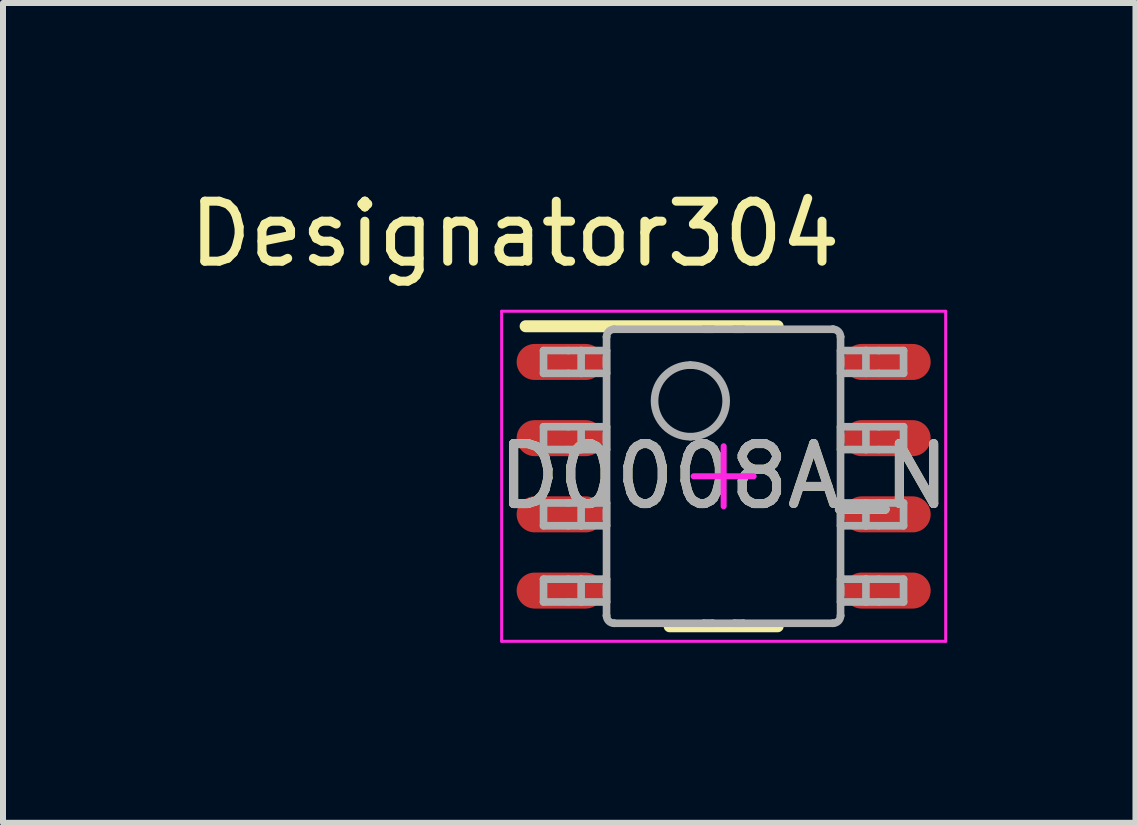
<source format=kicad_pcb>
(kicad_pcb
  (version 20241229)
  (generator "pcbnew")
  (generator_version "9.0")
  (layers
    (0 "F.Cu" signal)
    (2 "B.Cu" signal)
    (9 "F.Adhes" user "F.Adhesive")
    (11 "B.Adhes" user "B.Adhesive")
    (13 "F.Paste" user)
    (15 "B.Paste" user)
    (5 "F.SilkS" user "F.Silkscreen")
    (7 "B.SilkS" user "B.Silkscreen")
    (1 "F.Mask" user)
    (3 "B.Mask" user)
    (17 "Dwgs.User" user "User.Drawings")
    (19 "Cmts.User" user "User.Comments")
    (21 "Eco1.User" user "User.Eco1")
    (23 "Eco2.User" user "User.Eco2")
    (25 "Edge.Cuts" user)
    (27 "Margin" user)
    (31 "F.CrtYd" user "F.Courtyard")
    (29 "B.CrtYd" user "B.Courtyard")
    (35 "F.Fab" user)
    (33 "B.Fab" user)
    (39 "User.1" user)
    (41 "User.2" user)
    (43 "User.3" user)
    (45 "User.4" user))
  (footprint "D0008A_N"
    (layer "F.Cu")
    (at 9.01 4.887)
    (property "Reference" "D0008A_N" (at 0 0 0) (unlocked yes) (layer "F.SilkS") (effects (font (size 1 1) (thickness 0.15))))
    (attr smd)
    (fp_line (start -3.3 -2.5) (end 0.9 -2.5) (stroke (width 0.2) (type solid)) (layer "F.SilkS"))
    (fp_line (start -0.9 2.5) (end 0.9 2.5) (stroke (width 0.2) (type solid)) (layer "F.SilkS"))
    (fp_line (start -3.7 -2.75) (end 3.7 -2.75) (stroke (width 0.05) (type solid)) (layer "F.CrtYd"))
    (fp_line (start -3.7 2.75) (end -3.7 -2.75) (stroke (width 0.05) (type solid)) (layer "F.CrtYd"))
    (fp_line (start -3.7 2.75) (end 3.7 2.75) (stroke (width 0.05) (type solid)) (layer "F.CrtYd"))
    (fp_line (start -0.5 0) (end 0.5 0) (stroke (width 0.1) (type solid)) (layer "F.CrtYd"))
    (fp_line (start 0 0.5) (end 0 -0.5) (stroke (width 0.1) (type solid)) (layer "F.CrtYd"))
    (fp_line (start 3.7 2.75) (end 3.7 -2.75) (stroke (width 0.05) (type solid)) (layer "F.CrtYd"))
    (fp_line (start -3.002 -2.095) (end -2.589 -2.095) (stroke (width 0.127) (type solid)) (layer "F.Fab"))
    (fp_line (start -3.002 -1.715) (end -3.002 -2.095) (stroke (width 0.127) (type solid)) (layer "F.Fab"))
    (fp_line (start -3.002 -1.715) (end -2.589 -1.715) (stroke (width 0.127) (type solid)) (layer "F.Fab"))
    (fp_line (start -3.002 -0.825) (end -2.589 -0.825) (stroke (width 0.127) (type solid)) (layer "F.Fab"))
    (fp_line (start -3.002 -0.445) (end -3.002 -0.825) (stroke (width 0.127) (type solid)) (layer "F.Fab"))
    (fp_line (start -3.002 -0.445) (end -2.589 -0.445) (stroke (width 0.127) (type solid)) (layer "F.Fab"))
    (fp_line (start -3.002 0.445) (end -2.589 0.445) (stroke (width 0.127) (type solid)) (layer "F.Fab"))
    (fp_line (start -3.002 0.825) (end -3.002 0.445) (stroke (width 0.127) (type solid)) (layer "F.Fab"))
    (fp_line (start -3.002 0.825) (end -2.589 0.825) (stroke (width 0.127) (type solid)) (layer "F.Fab"))
    (fp_line (start -3.002 1.715) (end -2.589 1.715) (stroke (width 0.127) (type solid)) (layer "F.Fab"))
    (fp_line (start -3.002 2.095) (end -3.002 1.715) (stroke (width 0.127) (type solid)) (layer "F.Fab"))
    (fp_line (start -3.002 2.095) (end -2.589 2.095) (stroke (width 0.127) (type solid)) (layer "F.Fab"))
    (fp_line (start -2.589 -2.095) (end -2.375 -2.095) (stroke (width 0.127) (type solid)) (layer "F.Fab"))
    (fp_line (start -2.589 -1.715) (end -2.375 -1.715) (stroke (width 0.127) (type solid)) (layer "F.Fab"))
    (fp_line (start -2.589 -0.825) (end -2.375 -0.825) (stroke (width 0.127) (type solid)) (layer "F.Fab"))
    (fp_line (start -2.589 -0.445) (end -2.375 -0.445) (stroke (width 0.127) (type solid)) (layer "F.Fab"))
    (fp_line (start -2.589 0.445) (end -2.375 0.445) (stroke (width 0.127) (type solid)) (layer "F.Fab"))
    (fp_line (start -2.589 0.825) (end -2.375 0.825) (stroke (width 0.127) (type solid)) (layer "F.Fab"))
    (fp_line (start -2.589 1.715) (end -2.375 1.715) (stroke (width 0.127) (type solid)) (layer "F.Fab"))
    (fp_line (start -2.589 2.095) (end -2.375 2.095) (stroke (width 0.127) (type solid)) (layer "F.Fab"))
    (fp_line (start -2.375 -2.095) (end -1.995 -2.095) (stroke (width 0.127) (type solid)) (layer "F.Fab"))
    (fp_line (start -2.375 -1.715) (end -2.375 -2.095) (stroke (width 0.127) (type solid)) (layer "F.Fab"))
    (fp_line (start -2.375 -1.715) (end -1.995 -1.715) (stroke (width 0.127) (type solid)) (layer "F.Fab"))
    (fp_line (start -2.375 -0.825) (end -1.995 -0.825) (stroke (width 0.127) (type solid)) (layer "F.Fab"))
    (fp_line (start -2.375 -0.445) (end -2.375 -0.825) (stroke (width 0.127) (type solid)) (layer "F.Fab"))
    (fp_line (start -2.375 -0.445) (end -1.995 -0.445) (stroke (width 0.127) (type solid)) (layer "F.Fab"))
    (fp_line (start -2.375 0.445) (end -1.995 0.445) (stroke (width 0.127) (type solid)) (layer "F.Fab"))
    (fp_line (start -2.375 0.825) (end -2.375 0.445) (stroke (width 0.127) (type solid)) (layer "F.Fab"))
    (fp_line (start -2.375 0.825) (end -1.995 0.825) (stroke (width 0.127) (type solid)) (layer "F.Fab"))
    (fp_line (start -2.375 1.715) (end -1.995 1.715) (stroke (width 0.127) (type solid)) (layer "F.Fab"))
    (fp_line (start -2.375 2.095) (end -2.375 1.715) (stroke (width 0.127) (type solid)) (layer "F.Fab"))
    (fp_line (start -2.375 2.095) (end -1.995 2.095) (stroke (width 0.127) (type solid)) (layer "F.Fab"))
    (fp_line (start -1.995 -2.095) (end -1.952 -2.095) (stroke (width 0.127) (type solid)) (layer "F.Fab"))
    (fp_line (start -1.995 -1.715) (end -1.952 -1.715) (stroke (width 0.127) (type solid)) (layer "F.Fab"))
    (fp_line (start -1.995 -0.825) (end -1.952 -0.825) (stroke (width 0.127) (type solid)) (layer "F.Fab"))
    (fp_line (start -1.995 -0.445) (end -1.952 -0.445) (stroke (width 0.127) (type solid)) (layer "F.Fab"))
    (fp_line (start -1.995 0.445) (end -1.952 0.445) (stroke (width 0.127) (type solid)) (layer "F.Fab"))
    (fp_line (start -1.995 0.825) (end -1.952 0.825) (stroke (width 0.127) (type solid)) (layer "F.Fab"))
    (fp_line (start -1.995 1.715) (end -1.952 1.715) (stroke (width 0.127) (type solid)) (layer "F.Fab"))
    (fp_line (start -1.995 2.095) (end -1.952 2.095) (stroke (width 0.127) (type solid)) (layer "F.Fab"))
    (fp_line (start -1.952 -2.323) (end -1.952 -2.324) (stroke (width 0.127) (type solid)) (layer "F.Fab"))
    (fp_line (start -1.952 -1.715) (end -1.952 -2.095) (stroke (width 0.127) (type solid)) (layer "F.Fab"))
    (fp_line (start -1.952 -0.445) (end -1.952 -0.825) (stroke (width 0.127) (type solid)) (layer "F.Fab"))
    (fp_line (start -1.952 0.825) (end -1.952 0.445) (stroke (width 0.127) (type solid)) (layer "F.Fab"))
    (fp_line (start -1.952 2.095) (end -1.952 1.715) (stroke (width 0.127) (type solid)) (layer "F.Fab"))
    (fp_line (start -1.952 2.323) (end -1.952 -2.323) (stroke (width 0.127) (type solid)) (layer "F.Fab"))
    (fp_line (start -1.952 2.324) (end -1.952 2.323) (stroke (width 0.127) (type solid)) (layer "F.Fab"))
    (fp_line (start -1.826 -2.45) (end -1.825 -2.45) (stroke (width 0.127) (type solid)) (layer "F.Fab"))
    (fp_line (start -1.826 2.45) (end -1.825 2.45) (stroke (width 0.127) (type solid)) (layer "F.Fab"))
    (fp_line (start -1.825 -2.45) (end -0.332 -2.45) (stroke (width 0.127) (type solid)) (layer "F.Fab"))
    (fp_line (start -1.825 2.45) (end -0.332 2.45) (stroke (width 0.127) (type solid)) (layer "F.Fab"))
    (fp_line (start -0.332 -2.45) (end -0.182 -2.45) (stroke (width 0.127) (type solid)) (layer "F.Fab"))
    (fp_line (start -0.332 -2.45) (end -0.182 -2.45) (stroke (width 0.127) (type solid)) (layer "F.Fab"))
    (fp_line (start -0.332 2.45) (end -0.182 2.45) (stroke (width 0.127) (type solid)) (layer "F.Fab"))
    (fp_line (start -0.332 2.45) (end -0.182 2.45) (stroke (width 0.127) (type solid)) (layer "F.Fab"))
    (fp_line (start -0.182 -2.45) (end 0.178 -2.45) (stroke (width 0.127) (type solid)) (layer "F.Fab"))
    (fp_line (start -0.182 2.45) (end 0.178 2.45) (stroke (width 0.127) (type solid)) (layer "F.Fab"))
    (fp_line (start 0.178 -2.45) (end 0.328 -2.45) (stroke (width 0.127) (type solid)) (layer "F.Fab"))
    (fp_line (start 0.178 -2.45) (end 0.328 -2.45) (stroke (width 0.127) (type solid)) (layer "F.Fab"))
    (fp_line (start 0.178 2.45) (end 0.328 2.45) (stroke (width 0.127) (type solid)) (layer "F.Fab"))
    (fp_line (start 0.178 2.45) (end 0.328 2.45) (stroke (width 0.127) (type solid)) (layer "F.Fab"))
    (fp_line (start 0.328 -2.45) (end 1.821 -2.45) (stroke (width 0.127) (type solid)) (layer "F.Fab"))
    (fp_line (start 0.328 2.45) (end 1.821 2.45) (stroke (width 0.127) (type solid)) (layer "F.Fab"))
    (fp_line (start 1.821 -2.45) (end 1.822 -2.45) (stroke (width 0.127) (type solid)) (layer "F.Fab"))
    (fp_line (start 1.821 2.45) (end 1.822 2.45) (stroke (width 0.127) (type solid)) (layer "F.Fab"))
    (fp_line (start 1.948 -2.323) (end 1.948 -2.324) (stroke (width 0.127) (type solid)) (layer "F.Fab"))
    (fp_line (start 1.948 -2.095) (end 1.991 -2.095) (stroke (width 0.127) (type solid)) (layer "F.Fab"))
    (fp_line (start 1.948 -1.715) (end 1.948 -2.095) (stroke (width 0.127) (type solid)) (layer "F.Fab"))
    (fp_line (start 1.948 -1.715) (end 1.991 -1.715) (stroke (width 0.127) (type solid)) (layer "F.Fab"))
    (fp_line (start 1.948 -0.825) (end 1.991 -0.825) (stroke (width 0.127) (type solid)) (layer "F.Fab"))
    (fp_line (start 1.948 -0.445) (end 1.948 -0.825) (stroke (width 0.127) (type solid)) (layer "F.Fab"))
    (fp_line (start 1.948 -0.445) (end 1.991 -0.445) (stroke (width 0.127) (type solid)) (layer "F.Fab"))
    (fp_line (start 1.948 0.445) (end 1.991 0.445) (stroke (width 0.127) (type solid)) (layer "F.Fab"))
    (fp_line (start 1.948 0.825) (end 1.948 0.445) (stroke (width 0.127) (type solid)) (layer "F.Fab"))
    (fp_line (start 1.948 0.825) (end 1.991 0.825) (stroke (width 0.127) (type solid)) (layer "F.Fab"))
    (fp_line (start 1.948 1.715) (end 1.991 1.715) (stroke (width 0.127) (type solid)) (layer "F.Fab"))
    (fp_line (start 1.948 2.095) (end 1.948 1.715) (stroke (width 0.127) (type solid)) (layer "F.Fab"))
    (fp_line (start 1.948 2.095) (end 1.991 2.095) (stroke (width 0.127) (type solid)) (layer "F.Fab"))
    (fp_line (start 1.948 2.323) (end 1.948 -2.323) (stroke (width 0.127) (type solid)) (layer "F.Fab"))
    (fp_line (start 1.948 2.324) (end 1.948 2.323) (stroke (width 0.127) (type solid)) (layer "F.Fab"))
    (fp_line (start 1.991 -2.095) (end 2.371 -2.095) (stroke (width 0.127) (type solid)) (layer "F.Fab"))
    (fp_line (start 1.991 -1.715) (end 2.371 -1.715) (stroke (width 0.127) (type solid)) (layer "F.Fab"))
    (fp_line (start 1.991 -0.825) (end 2.371 -0.825) (stroke (width 0.127) (type solid)) (layer "F.Fab"))
    (fp_line (start 1.991 -0.445) (end 2.371 -0.445) (stroke (width 0.127) (type solid)) (layer "F.Fab"))
    (fp_line (start 1.991 0.445) (end 2.371 0.445) (stroke (width 0.127) (type solid)) (layer "F.Fab"))
    (fp_line (start 1.991 0.825) (end 2.371 0.825) (stroke (width 0.127) (type solid)) (layer "F.Fab"))
    (fp_line (start 1.991 1.715) (end 2.371 1.715) (stroke (width 0.127) (type solid)) (layer "F.Fab"))
    (fp_line (start 1.991 2.095) (end 2.371 2.095) (stroke (width 0.127) (type solid)) (layer "F.Fab"))
    (fp_line (start 2.371 -2.095) (end 2.585 -2.095) (stroke (width 0.127) (type solid)) (layer "F.Fab"))
    (fp_line (start 2.371 -1.715) (end 2.371 -2.095) (stroke (width 0.127) (type solid)) (layer "F.Fab"))
    (fp_line (start 2.371 -1.715) (end 2.585 -1.715) (stroke (width 0.127) (type solid)) (layer "F.Fab"))
    (fp_line (start 2.371 -0.825) (end 2.585 -0.825) (stroke (width 0.127) (type solid)) (layer "F.Fab"))
    (fp_line (start 2.371 -0.445) (end 2.371 -0.825) (stroke (width 0.127) (type solid)) (layer "F.Fab"))
    (fp_line (start 2.371 -0.445) (end 2.585 -0.445) (stroke (width 0.127) (type solid)) (layer "F.Fab"))
    (fp_line (start 2.371 0.445) (end 2.585 0.445) (stroke (width 0.127) (type solid)) (layer "F.Fab"))
    (fp_line (start 2.371 0.825) (end 2.371 0.445) (stroke (width 0.127) (type solid)) (layer "F.Fab"))
    (fp_line (start 2.371 0.825) (end 2.585 0.825) (stroke (width 0.127) (type solid)) (layer "F.Fab"))
    (fp_line (start 2.371 1.715) (end 2.585 1.715) (stroke (width 0.127) (type solid)) (layer "F.Fab"))
    (fp_line (start 2.371 2.095) (end 2.371 1.715) (stroke (width 0.127) (type solid)) (layer "F.Fab"))
    (fp_line (start 2.371 2.095) (end 2.585 2.095) (stroke (width 0.127) (type solid)) (layer "F.Fab"))
    (fp_line (start 2.585 -2.095) (end 2.998 -2.095) (stroke (width 0.127) (type solid)) (layer "F.Fab"))
    (fp_line (start 2.585 -1.715) (end 2.998 -1.715) (stroke (width 0.127) (type solid)) (layer "F.Fab"))
    (fp_line (start 2.585 -0.825) (end 2.998 -0.825) (stroke (width 0.127) (type solid)) (layer "F.Fab"))
    (fp_line (start 2.585 -0.445) (end 2.998 -0.445) (stroke (width 0.127) (type solid)) (layer "F.Fab"))
    (fp_line (start 2.585 0.445) (end 2.998 0.445) (stroke (width 0.127) (type solid)) (layer "F.Fab"))
    (fp_line (start 2.585 0.825) (end 2.998 0.825) (stroke (width 0.127) (type solid)) (layer "F.Fab"))
    (fp_line (start 2.585 1.715) (end 2.998 1.715) (stroke (width 0.127) (type solid)) (layer "F.Fab"))
    (fp_line (start 2.585 2.095) (end 2.998 2.095) (stroke (width 0.127) (type solid)) (layer "F.Fab"))
    (fp_line (start 2.998 -1.715) (end 2.998 -2.095) (stroke (width 0.127) (type solid)) (layer "F.Fab"))
    (fp_line (start 2.998 -0.445) (end 2.998 -0.825) (stroke (width 0.127) (type solid)) (layer "F.Fab"))
    (fp_line (start 2.998 0.825) (end 2.998 0.445) (stroke (width 0.127) (type solid)) (layer "F.Fab"))
    (fp_line (start 2.998 2.095) (end 2.998 1.715) (stroke (width 0.127) (type solid)) (layer "F.Fab"))
    (fp_arc (start -1.952002 -2.323941) (mid -1.914806 -2.412806) (end -1.825941 -2.450002) (stroke (width 0.127) (type solid)) (layer "F.Fab"))
    (fp_arc (start -1.825941 2.449992) (mid -1.914806 2.412795) (end -1.952002 2.323931) (stroke (width 0.127) (type solid)) (layer "F.Fab"))
    (fp_arc (start -0.555 -1.8531) (mid 0.0419 -1.2562) (end -0.555 -0.6593) (stroke (width 0.127) (type solid)) (layer "F.Fab"))
    (fp_arc (start -0.555 -0.6593) (mid -1.1519 -1.2562) (end -0.555 -1.8531) (stroke (width 0.127) (type solid)) (layer "F.Fab"))
    (fp_arc (start 1.821933 -2.450002) (mid 1.910797 -2.412806) (end 1.947994 -2.323941) (stroke (width 0.127) (type solid)) (layer "F.Fab"))
    (fp_arc (start 1.947994 2.323931) (mid 1.910797 2.412795) (end 1.821933 2.449992) (stroke (width 0.127) (type solid)) (layer "F.Fab"))
    (fp_text user "Designator304" (at -3.48 -4.039 0) (unlocked yes) (layer "F.SilkS") (effects (font (size 1 1) (thickness 0.15))))
    (fp_text user "${REFERENCE}" (at 0 0 0) (unlocked yes) (layer "F.Fab") (effects (font (size 1 1) (thickness 0.15))))
    (pad "1" smd oval (at -2.725 -1.905 90) (size 0.6 1.45) (layers "F.Cu" "F.Mask" "F.Paste"))
    (pad "2" smd oval (at -2.725 -0.635 90) (size 0.6 1.45) (layers "F.Cu" "F.Mask" "F.Paste"))
    (pad "3" smd oval (at -2.725 0.635 90) (size 0.6 1.45) (layers "F.Cu" "F.Mask" "F.Paste"))
    (pad "4" smd oval (at -2.725 1.905 90) (size 0.6 1.45) (layers "F.Cu" "F.Mask" "F.Paste"))
    (pad "5" smd oval (at 2.725 1.905 90) (size 0.6 1.45) (layers "F.Cu" "F.Mask" "F.Paste"))
    (pad "6" smd oval (at 2.725 0.635 90) (size 0.6 1.45) (layers "F.Cu" "F.Mask" "F.Paste"))
    (pad "7" smd oval (at 2.725 -0.635 90) (size 0.6 1.45) (layers "F.Cu" "F.Mask" "F.Paste"))
    (pad "8" smd oval (at 2.725 -1.905 90) (size 0.6 1.45) (layers "F.Cu" "F.Mask" "F.Paste")))
  (gr_rect
    (start -3 -3)
    (end 15.873 10.662)
    (stroke (width 0.1) (type default))
    (fill no)
    (layer "Edge.Cuts")))
</source>
